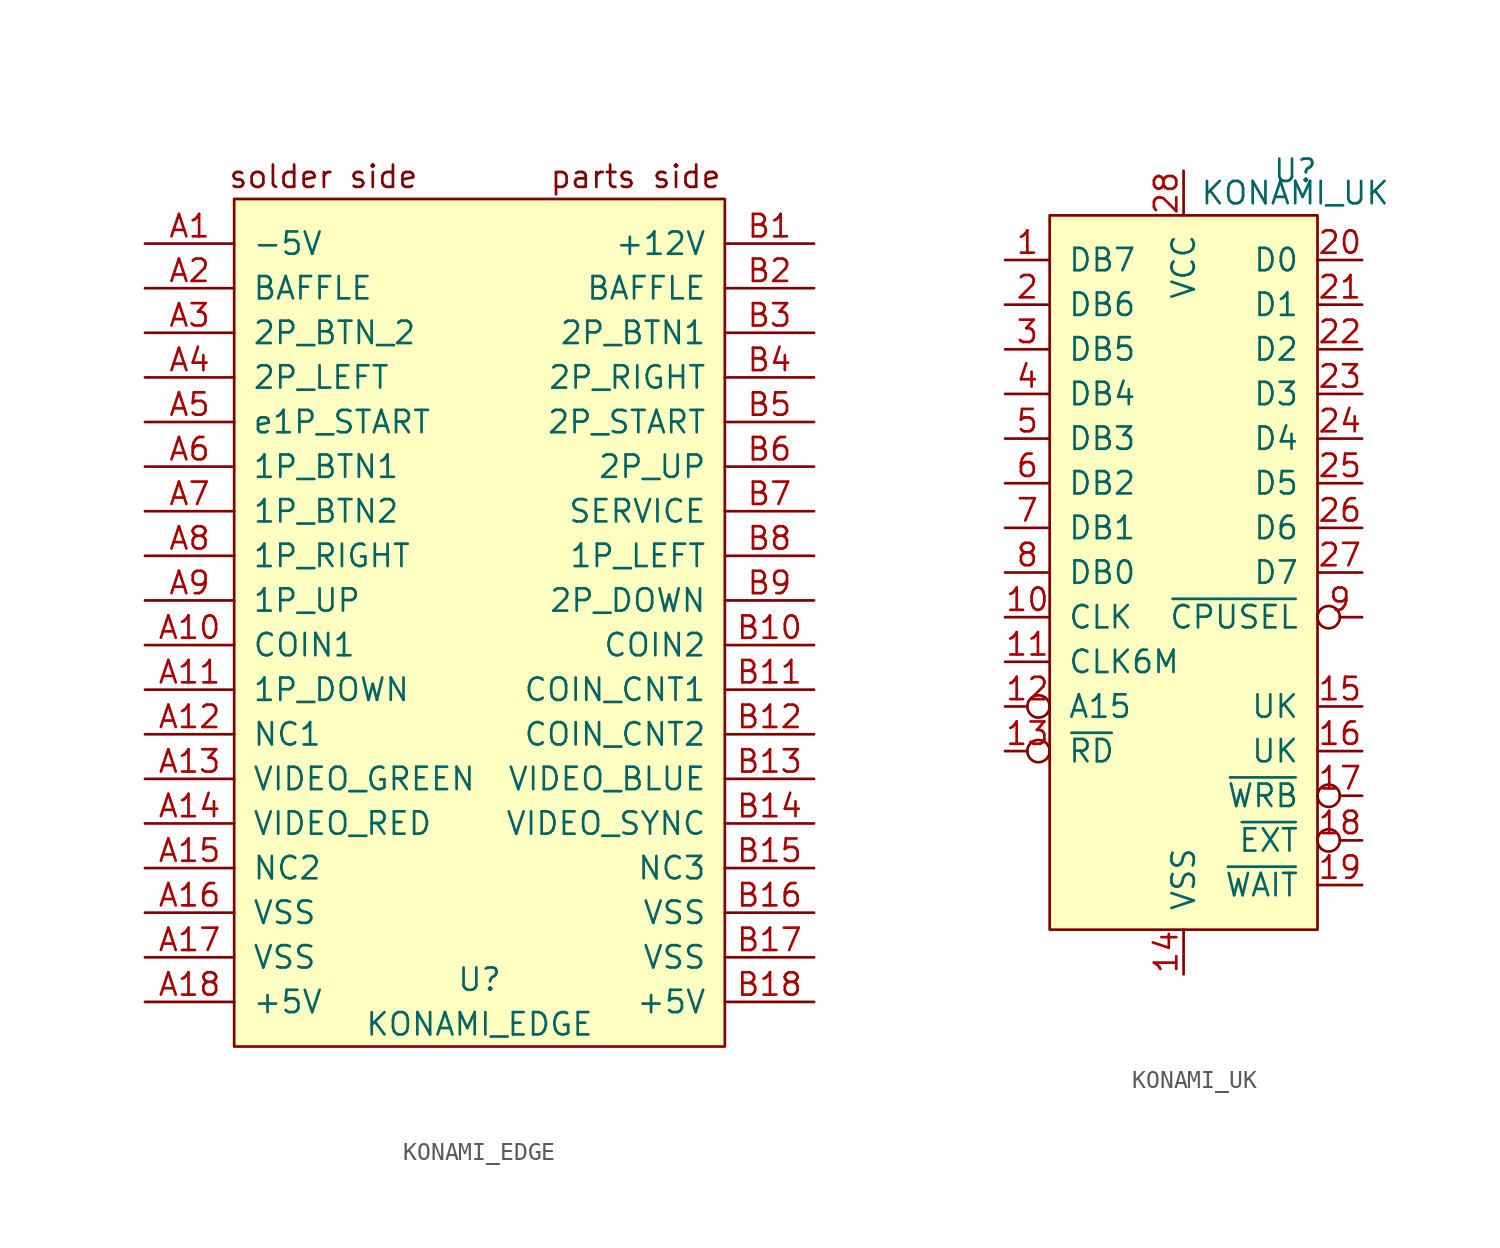
<source format=kicad_sym>
(kicad_symbol_lib
  (version 20231120)
  (generator "kicad_symbol_editor")
  (generator_version "8.0")
  (symbol "KONAMI_EDGE"
    (pin_names
      (offset 1.016))
    (property "Reference" "U"
      (at 1.27 -21.59 0)
      (effects (font (size 1.27 1.27))))
    (property "Value" "KONAMI_EDGE"
      (at 1.27 -24.13 0)
      (effects (font (size 1.27 1.27))))
    (symbol "KONAMI_EDGE_0_0"
      (text "parts side" (at 10.16 24.13 0) (effects (font (size 1.27 1.27))))
      (text "solder side" (at -7.62 24.13 0) (effects (font (size 1.27 1.27)))))
    (symbol "KONAMI_EDGE_0_1"
      (rectangle (start -12.7 22.86) (end 15.24 -25.4) (stroke (width 0) (type default)) (fill (type background))))
    (symbol "KONAMI_EDGE_1_0"
      (pin power_in line (at -17.78 20.32 0) (length 5.08) (name "-5V" (effects (font (size 1.27 1.27)))) (number "A1" (effects (font (size 1.27 1.27)))))
      (pin output line (at -17.78 -2.54 0) (length 5.08) (name "COIN1" (effects (font (size 1.27 1.27)))) (number "A10" (effects (font (size 1.27 1.27)))))
      (pin output line (at -17.78 -5.08 0) (length 5.08) (name "1P_DOWN" (effects (font (size 1.27 1.27)))) (number "A11" (effects (font (size 1.27 1.27)))))
      (pin input line (at -17.78 -7.62 0) (length 5.08) (name "NC1" (effects (font (size 1.27 1.27)))) (number "A12" (effects (font (size 1.27 1.27)))))
      (pin output line (at -17.78 -10.16 0) (length 5.08) (name "VIDEO_GREEN" (effects (font (size 1.27 1.27)))) (number "A13" (effects (font (size 1.27 1.27)))))
      (pin output line (at -17.78 -12.7 0) (length 5.08) (name "VIDEO_RED" (effects (font (size 1.27 1.27)))) (number "A14" (effects (font (size 1.27 1.27)))))
      (pin input line (at -17.78 -15.24 0) (length 5.08) (name "NC2" (effects (font (size 1.27 1.27)))) (number "A15" (effects (font (size 1.27 1.27)))))
      (pin power_in line (at -17.78 -17.78 0) (length 5.08) (name "VSS" (effects (font (size 1.27 1.27)))) (number "A16" (effects (font (size 1.27 1.27)))))
      (pin power_in line (at -17.78 -20.32 0) (length 5.08) (name "VSS" (effects (font (size 1.27 1.27)))) (number "A17" (effects (font (size 1.27 1.27)))))
      (pin power_in line (at -17.78 -22.86 0) (length 5.08) (name "+5V" (effects (font (size 1.27 1.27)))) (number "A18" (effects (font (size 1.27 1.27)))))
      (pin input line (at -17.78 17.78 0) (length 5.08) (name "BAFFLE" (effects (font (size 1.27 1.27)))) (number "A2" (effects (font (size 1.27 1.27)))))
      (pin output line (at -17.78 15.24 0) (length 5.08) (name "2P_BTN_2" (effects (font (size 1.27 1.27)))) (number "A3" (effects (font (size 1.27 1.27)))))
      (pin output line (at -17.78 12.7 0) (length 5.08) (name "2P_LEFT" (effects (font (size 1.27 1.27)))) (number "A4" (effects (font (size 1.27 1.27)))))
      (pin output line (at -17.78 10.16 0) (length 5.08) (name "e1P_START" (effects (font (size 1.27 1.27)))) (number "A5" (effects (font (size 1.27 1.27)))))
      (pin output line (at -17.78 7.62 0) (length 5.08) (name "1P_BTN1" (effects (font (size 1.27 1.27)))) (number "A6" (effects (font (size 1.27 1.27)))))
      (pin output line (at -17.78 5.08 0) (length 5.08) (name "1P_BTN2" (effects (font (size 1.27 1.27)))) (number "A7" (effects (font (size 1.27 1.27)))))
      (pin output line (at -17.78 2.54 0) (length 5.08) (name "1P_RIGHT" (effects (font (size 1.27 1.27)))) (number "A8" (effects (font (size 1.27 1.27)))))
      (pin output line (at -17.78 0 0) (length 5.08) (name "1P_UP" (effects (font (size 1.27 1.27)))) (number "A9" (effects (font (size 1.27 1.27)))))
      (pin power_in line (at 20.32 20.32 180) (length 5.08) (name "+12V" (effects (font (size 1.27 1.27)))) (number "B1" (effects (font (size 1.27 1.27)))))
      (pin output line (at 20.32 -2.54 180) (length 5.08) (name "COIN2" (effects (font (size 1.27 1.27)))) (number "B10" (effects (font (size 1.27 1.27)))))
      (pin output line (at 20.32 -5.08 180) (length 5.08) (name "COIN_CNT1" (effects (font (size 1.27 1.27)))) (number "B11" (effects (font (size 1.27 1.27)))))
      (pin output line (at 20.32 -7.62 180) (length 5.08) (name "COIN_CNT2" (effects (font (size 1.27 1.27)))) (number "B12" (effects (font (size 1.27 1.27)))))
      (pin output line (at 20.32 -10.16 180) (length 5.08) (name "VIDEO_BLUE" (effects (font (size 1.27 1.27)))) (number "B13" (effects (font (size 1.27 1.27)))))
      (pin output line (at 20.32 -12.7 180) (length 5.08) (name "VIDEO_SYNC" (effects (font (size 1.27 1.27)))) (number "B14" (effects (font (size 1.27 1.27)))))
      (pin input line (at 20.32 -15.24 180) (length 5.08) (name "NC3" (effects (font (size 1.27 1.27)))) (number "B15" (effects (font (size 1.27 1.27)))))
      (pin power_in line (at 20.32 -17.78 180) (length 5.08) (name "VSS" (effects (font (size 1.27 1.27)))) (number "B16" (effects (font (size 1.27 1.27)))))
      (pin power_in line (at 20.32 -20.32 180) (length 5.08) (name "VSS" (effects (font (size 1.27 1.27)))) (number "B17" (effects (font (size 1.27 1.27)))))
      (pin power_out line (at 20.32 -22.86 180) (length 5.08) (name "+5V" (effects (font (size 1.27 1.27)))) (number "B18" (effects (font (size 1.27 1.27)))))
      (pin input line (at 20.32 17.78 180) (length 5.08) (name "BAFFLE" (effects (font (size 1.27 1.27)))) (number "B2" (effects (font (size 1.27 1.27)))))
      (pin output line (at 20.32 15.24 180) (length 5.08) (name "2P_BTN1" (effects (font (size 1.27 1.27)))) (number "B3" (effects (font (size 1.27 1.27)))))
      (pin output line (at 20.32 12.7 180) (length 5.08) (name "2P_RIGHT" (effects (font (size 1.27 1.27)))) (number "B4" (effects (font (size 1.27 1.27)))))
      (pin output line (at 20.32 10.16 180) (length 5.08) (name "2P_START" (effects (font (size 1.27 1.27)))) (number "B5" (effects (font (size 1.27 1.27)))))
      (pin output line (at 20.32 7.62 180) (length 5.08) (name "2P_UP" (effects (font (size 1.27 1.27)))) (number "B6" (effects (font (size 1.27 1.27)))))
      (pin output line (at 20.32 5.08 180) (length 5.08) (name "SERVICE" (effects (font (size 1.27 1.27)))) (number "B7" (effects (font (size 1.27 1.27)))))
      (pin output line (at 20.32 2.54 180) (length 5.08) (name "1P_LEFT" (effects (font (size 1.27 1.27)))) (number "B8" (effects (font (size 1.27 1.27)))))
      (pin output line (at 20.32 0 180) (length 5.08) (name "2P_DOWN" (effects (font (size 1.27 1.27)))) (number "B9" (effects (font (size 1.27 1.27)))))))
  (symbol "KONAMI_UK"
    (pin_names
      (offset 1.016))
    (property "Reference" "U"
      (at 6.35 20.32 0)
      (effects (font (size 1.27 1.27))))
    (property "Value" "KONAMI_UK"
      (at 6.35 19.05 0)
      (effects (font (size 1.27 1.27))))
    (symbol "KONAMI_UK_0_1"
      (rectangle (start -7.62 17.78) (end 7.62 -22.86) (stroke (width 0) (type default)) (fill (type background))))
    (symbol "KONAMI_UK_1_1"
      (pin bidirectional line (at -10.16 15.24 0) (length 2.54) (name "DB7" (effects (font (size 1.27 1.27)))) (number "1" (effects (font (size 1.27 1.27)))))
      (pin input line (at -10.16 -5.08 0) (length 2.54) (name "CLK" (effects (font (size 1.27 1.27)))) (number "10" (effects (font (size 1.27 1.27)))))
      (pin input line (at -10.16 -7.62 0) (length 2.54) (name "CLK6M" (effects (font (size 1.27 1.27)))) (number "11" (effects (font (size 1.27 1.27)))))
      (pin input inverted (at -10.16 -10.16 0) (length 2.54) (name "A15" (effects (font (size 1.27 1.27)))) (number "12" (effects (font (size 1.27 1.27)))))
      (pin input inverted (at -10.16 -12.7 0) (length 2.54) (name "~{RD}" (effects (font (size 1.27 1.27)))) (number "13" (effects (font (size 1.27 1.27)))))
      (pin power_in line (at 0 -25.4 90) (length 2.54) (name "VSS" (effects (font (size 1.27 1.27)))) (number "14" (effects (font (size 1.27 1.27)))))
      (pin output line (at 10.16 -10.16 180) (length 2.54) (name "UK" (effects (font (size 1.27 1.27)))) (number "15" (effects (font (size 1.27 1.27)))))
      (pin output line (at 10.16 -12.7 180) (length 2.54) (name "UK" (effects (font (size 1.27 1.27)))) (number "16" (effects (font (size 1.27 1.27)))))
      (pin output inverted (at 10.16 -15.24 180) (length 2.54) (name "~{WRB}" (effects (font (size 1.27 1.27)))) (number "17" (effects (font (size 1.27 1.27)))))
      (pin output inverted (at 10.16 -17.78 180) (length 2.54) (name "~{EXT}" (effects (font (size 1.27 1.27)))) (number "18" (effects (font (size 1.27 1.27)))))
      (pin output line (at 10.16 -20.32 180) (length 2.54) (name "~{WAIT}" (effects (font (size 1.27 1.27)))) (number "19" (effects (font (size 1.27 1.27)))))
      (pin bidirectional line (at -10.16 12.7 0) (length 2.54) (name "DB6" (effects (font (size 1.27 1.27)))) (number "2" (effects (font (size 1.27 1.27)))))
      (pin bidirectional line (at 10.16 15.24 180) (length 2.54) (name "D0" (effects (font (size 1.27 1.27)))) (number "20" (effects (font (size 1.27 1.27)))))
      (pin bidirectional line (at 10.16 12.7 180) (length 2.54) (name "D1" (effects (font (size 1.27 1.27)))) (number "21" (effects (font (size 1.27 1.27)))))
      (pin bidirectional line (at 10.16 10.16 180) (length 2.54) (name "D2" (effects (font (size 1.27 1.27)))) (number "22" (effects (font (size 1.27 1.27)))))
      (pin bidirectional line (at 10.16 7.62 180) (length 2.54) (name "D3" (effects (font (size 1.27 1.27)))) (number "23" (effects (font (size 1.27 1.27)))))
      (pin bidirectional line (at 10.16 5.08 180) (length 2.54) (name "D4" (effects (font (size 1.27 1.27)))) (number "24" (effects (font (size 1.27 1.27)))))
      (pin bidirectional line (at 10.16 2.54 180) (length 2.54) (name "D5" (effects (font (size 1.27 1.27)))) (number "25" (effects (font (size 1.27 1.27)))))
      (pin bidirectional line (at 10.16 0 180) (length 2.54) (name "D6" (effects (font (size 1.27 1.27)))) (number "26" (effects (font (size 1.27 1.27)))))
      (pin bidirectional line (at 10.16 -2.54 180) (length 2.54) (name "D7" (effects (font (size 1.27 1.27)))) (number "27" (effects (font (size 1.27 1.27)))))
      (pin power_in line (at 0 20.32 270) (length 2.54) (name "VCC" (effects (font (size 1.27 1.27)))) (number "28" (effects (font (size 1.27 1.27)))))
      (pin bidirectional line (at -10.16 10.16 0) (length 2.54) (name "DB5" (effects (font (size 1.27 1.27)))) (number "3" (effects (font (size 1.27 1.27)))))
      (pin bidirectional line (at -10.16 7.62 0) (length 2.54) (name "DB4" (effects (font (size 1.27 1.27)))) (number "4" (effects (font (size 1.27 1.27)))))
      (pin bidirectional line (at -10.16 5.08 0) (length 2.54) (name "DB3" (effects (font (size 1.27 1.27)))) (number "5" (effects (font (size 1.27 1.27)))))
      (pin bidirectional line (at -10.16 2.54 0) (length 2.54) (name "DB2" (effects (font (size 1.27 1.27)))) (number "6" (effects (font (size 1.27 1.27)))))
      (pin bidirectional line (at -10.16 0 0) (length 2.54) (name "DB1" (effects (font (size 1.27 1.27)))) (number "7" (effects (font (size 1.27 1.27)))))
      (pin bidirectional line (at -10.16 -2.54 0) (length 2.54) (name "DB0" (effects (font (size 1.27 1.27)))) (number "8" (effects (font (size 1.27 1.27)))))
      (pin output inverted (at 10.16 -5.08 180) (length 2.54) (name "~{CPUSEL}" (effects (font (size 1.27 1.27)))) (number "9" (effects (font (size 1.27 1.27))))))))
</source>
